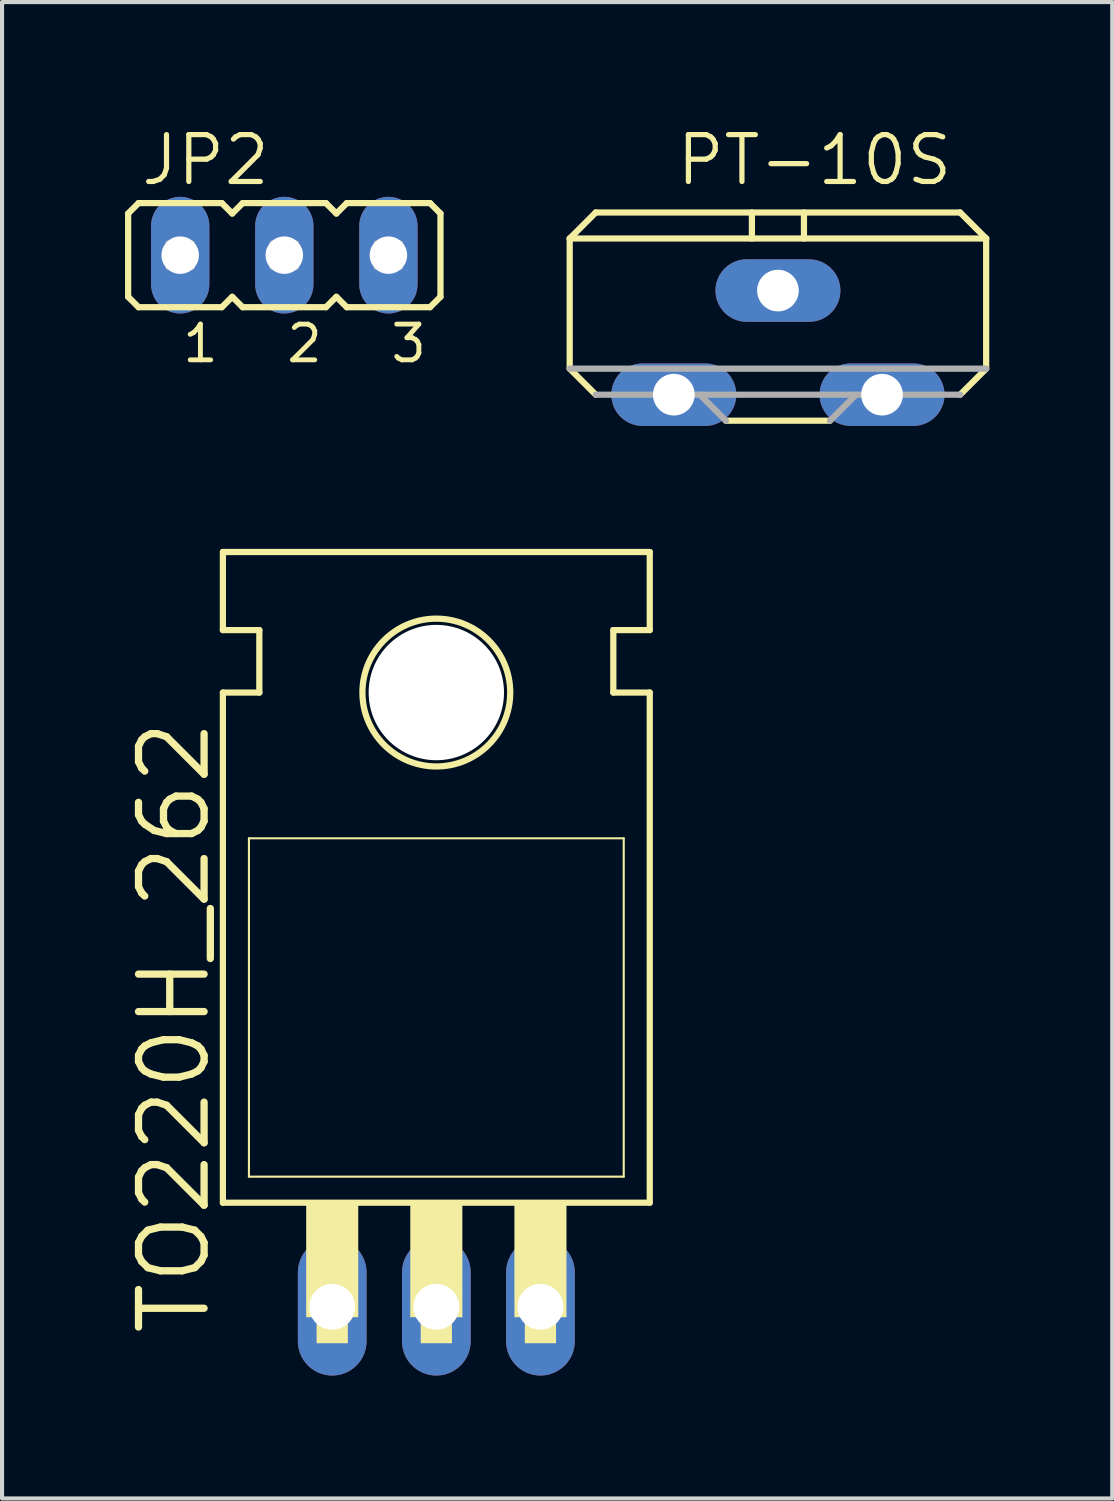
<source format=kicad_pcb>
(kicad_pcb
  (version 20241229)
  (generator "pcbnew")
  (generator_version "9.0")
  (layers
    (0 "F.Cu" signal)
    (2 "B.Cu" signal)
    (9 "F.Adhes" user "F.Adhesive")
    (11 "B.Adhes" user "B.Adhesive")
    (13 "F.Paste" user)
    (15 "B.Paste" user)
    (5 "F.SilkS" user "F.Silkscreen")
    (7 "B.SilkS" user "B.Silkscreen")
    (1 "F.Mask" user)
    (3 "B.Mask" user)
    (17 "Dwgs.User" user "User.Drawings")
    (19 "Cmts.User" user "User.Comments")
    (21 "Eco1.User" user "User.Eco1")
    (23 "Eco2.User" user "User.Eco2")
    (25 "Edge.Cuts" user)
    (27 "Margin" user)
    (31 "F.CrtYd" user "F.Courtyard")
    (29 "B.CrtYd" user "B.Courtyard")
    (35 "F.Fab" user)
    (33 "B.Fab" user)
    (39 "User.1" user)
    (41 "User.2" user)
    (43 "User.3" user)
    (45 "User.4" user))
  (footprint "PT-10S"
    (layer "F.Cu")
    (at 15.929 5.309)
    (property "Reference" "PT-10S" (at -2.54 -3.785 0) (unlocked yes) (layer "F.SilkS") (effects (font (size 1.143 1.143) (thickness 0.127)) (justify left bottom)))
    (fp_line (start -5.08 -2.54) (end 5.08 -2.54) (stroke (width 0.152) (type solid)) (layer "F.SilkS"))
    (fp_line (start -5.08 0.635) (end -5.08 -2.54) (stroke (width 0.152) (type solid)) (layer "F.SilkS"))
    (fp_line (start -4.445 -3.175) (end -5.08 -2.54) (stroke (width 0.152) (type solid)) (layer "F.SilkS"))
    (fp_line (start -4.445 -3.175) (end 4.445 -3.175) (stroke (width 0.152) (type solid)) (layer "F.SilkS"))
    (fp_line (start -4.445 1.27) (end -5.08 0.635) (stroke (width 0.152) (type solid)) (layer "F.SilkS"))
    (fp_line (start -1.27 1.905) (end 1.27 1.905) (stroke (width 0.152) (type solid)) (layer "F.SilkS"))
    (fp_line (start -0.635 -3.175) (end -0.635 -2.54) (stroke (width 0.152) (type solid)) (layer "F.SilkS"))
    (fp_line (start 0.635 -2.54) (end 0.635 -3.175) (stroke (width 0.152) (type solid)) (layer "F.SilkS"))
    (fp_line (start 5.08 -2.54) (end 4.445 -3.175) (stroke (width 0.152) (type solid)) (layer "F.SilkS"))
    (fp_line (start 5.08 -2.54) (end 5.08 0.635) (stroke (width 0.152) (type solid)) (layer "F.SilkS"))
    (fp_line (start 5.08 0.635) (end 4.445 1.27) (stroke (width 0.152) (type solid)) (layer "F.SilkS"))
    (fp_line (start -5.08 0.635) (end 5.08 0.635) (stroke (width 0.152) (type solid)) (layer "F.Fab"))
    (fp_line (start -4.445 1.27) (end 4.445 1.27) (stroke (width 0.152) (type solid)) (layer "F.Fab"))
    (fp_line (start -1.905 1.27) (end -1.27 1.905) (stroke (width 0.152) (type solid)) (layer "F.Fab"))
    (fp_line (start 1.27 1.905) (end 1.905 1.27) (stroke (width 0.152) (type solid)) (layer "F.Fab"))
    (pad "A" thru_hole oval (at -2.54 1.27) (size 3.048 1.524) (drill 1.016) (layers "*.Cu" "*.Mask"))
    (pad "E" thru_hole oval (at 2.54 1.27) (size 3.048 1.524) (drill 1.016) (layers "*.Cu" "*.Mask"))
    (pad "S" thru_hole oval (at 0 -1.27) (size 3.048 1.524) (drill 1.016) (layers "*.Cu" "*.Mask")))
  (footprint "TO220H_262"
    (layer "F.Cu")
    (at 7.595 18.672)
    (property "Reference" "TO220H_262" (at -5.461 10.922 90) (unlocked yes) (layer "F.SilkS") (effects (font (size 1.6 1.6) (thickness 0.178)) (justify left bottom)))
    (fp_line (start -5.207 -6.35) (end -5.207 -8.255) (stroke (width 0.152) (type solid)) (layer "F.SilkS"))
    (fp_line (start -5.207 -4.826) (end -4.318 -4.826) (stroke (width 0.152) (type solid)) (layer "F.SilkS"))
    (fp_line (start -5.207 7.62) (end -5.207 -4.826) (stroke (width 0.152) (type solid)) (layer "F.SilkS"))
    (fp_line (start -5.207 7.62) (end 5.207 7.62) (stroke (width 0.152) (type solid)) (layer "F.SilkS"))
    (fp_line (start -4.572 6.985) (end -4.572 -1.27) (stroke (width 0.051) (type solid)) (layer "F.SilkS"))
    (fp_line (start -4.572 6.985) (end 4.572 6.985) (stroke (width 0.051) (type solid)) (layer "F.SilkS"))
    (fp_line (start -4.318 -6.35) (end -5.207 -6.35) (stroke (width 0.152) (type solid)) (layer "F.SilkS"))
    (fp_line (start -4.318 -4.826) (end -4.318 -6.35) (stroke (width 0.152) (type solid)) (layer "F.SilkS"))
    (fp_line (start 4.318 -6.35) (end 5.207 -6.35) (stroke (width 0.152) (type solid)) (layer "F.SilkS"))
    (fp_line (start 4.318 -4.826) (end 4.318 -6.35) (stroke (width 0.152) (type solid)) (layer "F.SilkS"))
    (fp_line (start 4.572 -1.27) (end -4.572 -1.27) (stroke (width 0.051) (type solid)) (layer "F.SilkS"))
    (fp_line (start 4.572 -1.27) (end 4.572 6.985) (stroke (width 0.051) (type solid)) (layer "F.SilkS"))
    (fp_line (start 5.207 -8.255) (end -5.207 -8.255) (stroke (width 0.152) (type solid)) (layer "F.SilkS"))
    (fp_line (start 5.207 -6.35) (end 5.207 -8.255) (stroke (width 0.152) (type solid)) (layer "F.SilkS"))
    (fp_line (start 5.207 -4.826) (end 4.318 -4.826) (stroke (width 0.152) (type solid)) (layer "F.SilkS"))
    (fp_line (start 5.207 7.62) (end 5.207 -4.826) (stroke (width 0.152) (type solid)) (layer "F.SilkS"))
    (fp_circle (center 0 -4.826) (end 1.803 -4.826) (stroke (width 0.152) (type solid)) (fill no) (layer "F.SilkS"))
    (fp_poly (pts (xy -3.175 10.414) (xy -1.905 10.414) (xy -1.905 7.62) (xy -3.175 7.62)) (stroke (width 0) (type default)) (fill yes) (layer "F.SilkS"))
    (fp_poly (pts (xy -2.921 11.049) (xy -2.159 11.049) (xy -2.159 10.414) (xy -2.921 10.414)) (stroke (width 0) (type default)) (fill yes) (layer "F.SilkS"))
    (fp_poly (pts (xy -0.635 10.414) (xy 0.635 10.414) (xy 0.635 7.62) (xy -0.635 7.62)) (stroke (width 0) (type default)) (fill yes) (layer "F.SilkS"))
    (fp_poly (pts (xy -0.381 11.049) (xy 0.381 11.049) (xy 0.381 10.414) (xy -0.381 10.414)) (stroke (width 0) (type default)) (fill yes) (layer "F.SilkS"))
    (fp_poly (pts (xy 1.905 10.414) (xy 3.175 10.414) (xy 3.175 7.62) (xy 1.905 7.62)) (stroke (width 0) (type default)) (fill yes) (layer "F.SilkS"))
    (fp_poly (pts (xy 2.159 11.049) (xy 2.921 11.049) (xy 2.921 10.414) (xy 2.159 10.414)) (stroke (width 0) (type default)) (fill yes) (layer "F.SilkS"))
    (pad "" np_thru_hole circle (at 0 -4.826) (size 3.302 3.302) (drill 3.302) (layers "*.Cu" "*.Mask"))
    (pad "1" thru_hole oval (at -2.54 10.16 90) (size 3.353 1.676) (drill 1.118) (layers "*.Cu" "*.Mask"))
    (pad "2" thru_hole oval (at 0 10.16 90) (size 3.353 1.676) (drill 1.118) (layers "*.Cu" "*.Mask"))
    (pad "3" thru_hole oval (at 2.54 10.16 90) (size 3.353 1.676) (drill 1.118) (layers "*.Cu" "*.Mask"))
    (zone (net_name "") (layers "F.Cu" "B.Cu") (hatch edge 0.5) (connect_pads) (min_thickness 0.25) (filled_areas_thickness no) (keepout (tracks allowed) (vias not_allowed) (pads allowed) (copperpour allowed) (footprints allowed)) (placement (enabled no)) (fill) (polygon (pts (xy 10.135 13.846) (xy 10.115 13.527) (xy 10.055 13.214) (xy 9.956 12.911) (xy 9.82 12.622) (xy 9.65 12.353) (xy 9.446 12.107) (xy 9.214 11.889) (xy 8.956 11.701) (xy 8.676 11.548) (xy 8.38 11.43) (xy 8.071 11.351) (xy 7.754 11.311) (xy 7.435 11.311) (xy 7.119 11.351) (xy 6.81 11.43) (xy 6.513 11.548) (xy 6.234 11.701) (xy 5.976 11.889) (xy 5.743 12.107) (xy 5.54 12.353) (xy 5.369 12.622) (xy 5.233 12.911) (xy 5.134 13.214) (xy 5.075 13.527) (xy 5.055 13.846) (xy 5.075 14.164) (xy 5.134 14.477) (xy 5.233 14.781) (xy 5.369 15.069) (xy 5.54 15.339) (xy 5.743 15.585) (xy 5.976 15.803) (xy 6.234 15.99) (xy 6.513 16.144) (xy 6.81 16.261) (xy 7.119 16.341) (xy 7.435 16.381) (xy 7.754 16.381) (xy 8.071 16.341) (xy 8.38 16.261) (xy 8.676 16.144) (xy 8.956 15.99) (xy 9.214 15.803) (xy 9.446 15.585) (xy 9.65 15.339) (xy 9.82 15.069) (xy 9.956 14.781) (xy 10.055 14.477) (xy 10.115 14.164))))
    (zone (net_name "") (layer "B.Cu") (hatch edge 0.5) (connect_pads) (min_thickness 0.25) (filled_areas_thickness no) (keepout (tracks not_allowed) (vias not_allowed) (pads not_allowed) (copperpour not_allowed) (footprints allowed)) (placement (enabled no)) (fill) (polygon (pts (xy 10.135 13.846) (xy 10.115 13.527) (xy 10.055 13.214) (xy 9.956 12.911) (xy 9.82 12.622) (xy 9.65 12.353) (xy 9.446 12.107) (xy 9.214 11.889) (xy 8.956 11.701) (xy 8.676 11.548) (xy 8.38 11.43) (xy 8.071 11.351) (xy 7.754 11.311) (xy 7.435 11.311) (xy 7.119 11.351) (xy 6.81 11.43) (xy 6.513 11.548) (xy 6.234 11.701) (xy 5.976 11.889) (xy 5.743 12.107) (xy 5.54 12.353) (xy 5.369 12.622) (xy 5.233 12.911) (xy 5.134 13.214) (xy 5.075 13.527) (xy 5.055 13.846) (xy 5.075 14.164) (xy 5.134 14.477) (xy 5.233 14.781) (xy 5.369 15.069) (xy 5.54 15.339) (xy 5.743 15.585) (xy 5.976 15.803) (xy 6.234 15.99) (xy 6.513 16.144) (xy 6.81 16.261) (xy 7.119 16.341) (xy 7.435 16.381) (xy 7.754 16.381) (xy 8.071 16.341) (xy 8.38 16.261) (xy 8.676 16.144) (xy 8.956 15.99) (xy 9.214 15.803) (xy 9.446 15.585) (xy 9.65 15.339) (xy 9.82 15.069) (xy 9.956 14.781) (xy 10.055 14.477) (xy 10.115 14.164)))))
  (footprint "JP2"
    (layer "F.Cu")
    (at 3.886 3.175)
    (property "Reference" "JP2" (at -3.556 -1.651 0) (unlocked yes) (layer "F.SilkS") (effects (font (size 1.143 1.143) (thickness 0.127)) (justify left bottom)))
    (fp_line (start -3.81 -1.016) (end -3.556 -1.27) (stroke (width 0.152) (type solid)) (layer "F.SilkS"))
    (fp_line (start -3.81 1.016) (end -3.81 -1.016) (stroke (width 0.152) (type solid)) (layer "F.SilkS"))
    (fp_line (start -3.81 1.016) (end -3.556 1.27) (stroke (width 0.152) (type solid)) (layer "F.SilkS"))
    (fp_line (start -1.524 -1.27) (end -3.556 -1.27) (stroke (width 0.152) (type solid)) (layer "F.SilkS"))
    (fp_line (start -1.524 -1.27) (end -1.27 -1.016) (stroke (width 0.152) (type solid)) (layer "F.SilkS"))
    (fp_line (start -1.524 1.27) (end -3.556 1.27) (stroke (width 0.152) (type solid)) (layer "F.SilkS"))
    (fp_line (start -1.524 1.27) (end -1.27 1.016) (stroke (width 0.152) (type solid)) (layer "F.SilkS"))
    (fp_line (start -1.27 -1.016) (end -1.016 -1.27) (stroke (width 0.152) (type solid)) (layer "F.SilkS"))
    (fp_line (start -1.27 1.016) (end -1.016 1.27) (stroke (width 0.152) (type solid)) (layer "F.SilkS"))
    (fp_line (start 1.016 -1.27) (end -1.016 -1.27) (stroke (width 0.152) (type solid)) (layer "F.SilkS"))
    (fp_line (start 1.016 -1.27) (end 1.27 -1.016) (stroke (width 0.152) (type solid)) (layer "F.SilkS"))
    (fp_line (start 1.016 1.27) (end -1.016 1.27) (stroke (width 0.152) (type solid)) (layer "F.SilkS"))
    (fp_line (start 1.016 1.27) (end 1.27 1.016) (stroke (width 0.152) (type solid)) (layer "F.SilkS"))
    (fp_line (start 1.27 -1.016) (end 1.524 -1.27) (stroke (width 0.152) (type solid)) (layer "F.SilkS"))
    (fp_line (start 1.27 1.016) (end 1.524 1.27) (stroke (width 0.152) (type solid)) (layer "F.SilkS"))
    (fp_line (start 3.556 -1.27) (end 1.524 -1.27) (stroke (width 0.152) (type solid)) (layer "F.SilkS"))
    (fp_line (start 3.556 -1.27) (end 3.81 -1.016) (stroke (width 0.152) (type solid)) (layer "F.SilkS"))
    (fp_line (start 3.556 1.27) (end 1.524 1.27) (stroke (width 0.152) (type solid)) (layer "F.SilkS"))
    (fp_line (start 3.556 1.27) (end 3.81 1.016) (stroke (width 0.152) (type solid)) (layer "F.SilkS"))
    (fp_line (start 3.81 -1.016) (end 3.81 1.016) (stroke (width 0.152) (type solid)) (layer "F.SilkS"))
    (fp_poly (pts (xy -2.845 0.305) (xy -2.235 0.305) (xy -2.235 -0.305) (xy -2.845 -0.305)) (stroke (width 0.1) (type default)) (fill no) (layer "F.Fab"))
    (fp_poly (pts (xy -0.305 0.305) (xy 0.305 0.305) (xy 0.305 -0.305) (xy -0.305 -0.305)) (stroke (width 0.1) (type default)) (fill no) (layer "F.Fab"))
    (fp_poly (pts (xy 2.235 0.305) (xy 2.845 0.305) (xy 2.845 -0.305) (xy 2.235 -0.305)) (stroke (width 0.1) (type default)) (fill no) (layer "F.Fab"))
    (fp_text user "1" (at -2.54 2.667 0) (unlocked yes) (layer "F.SilkS") (effects (font (size 0.872 0.872) (thickness 0.119)) (justify left bottom)))
    (fp_text user "2" (at 0 2.667 0) (unlocked yes) (layer "F.SilkS") (effects (font (size 0.872 0.872) (thickness 0.119)) (justify left bottom)))
    (fp_text user "3" (at 2.54 2.667 0) (unlocked yes) (layer "F.SilkS") (effects (font (size 0.872 0.872) (thickness 0.119)) (justify left bottom)))
    (pad "1" thru_hole oval (at -2.54 0 90) (size 2.845 1.422) (drill 0.914) (layers "*.Cu" "*.Mask"))
    (pad "2" thru_hole oval (at 0 0 90) (size 2.845 1.422) (drill 0.914) (layers "*.Cu" "*.Mask"))
    (pad "3" thru_hole oval (at 2.54 0 90) (size 2.845 1.422) (drill 0.914) (layers "*.Cu" "*.Mask")))
  (gr_rect
    (start -3 -3)
    (end 24.085 33.508)
    (stroke (width 0.1) (type default))
    (fill no)
    (layer "Edge.Cuts")))
</source>
